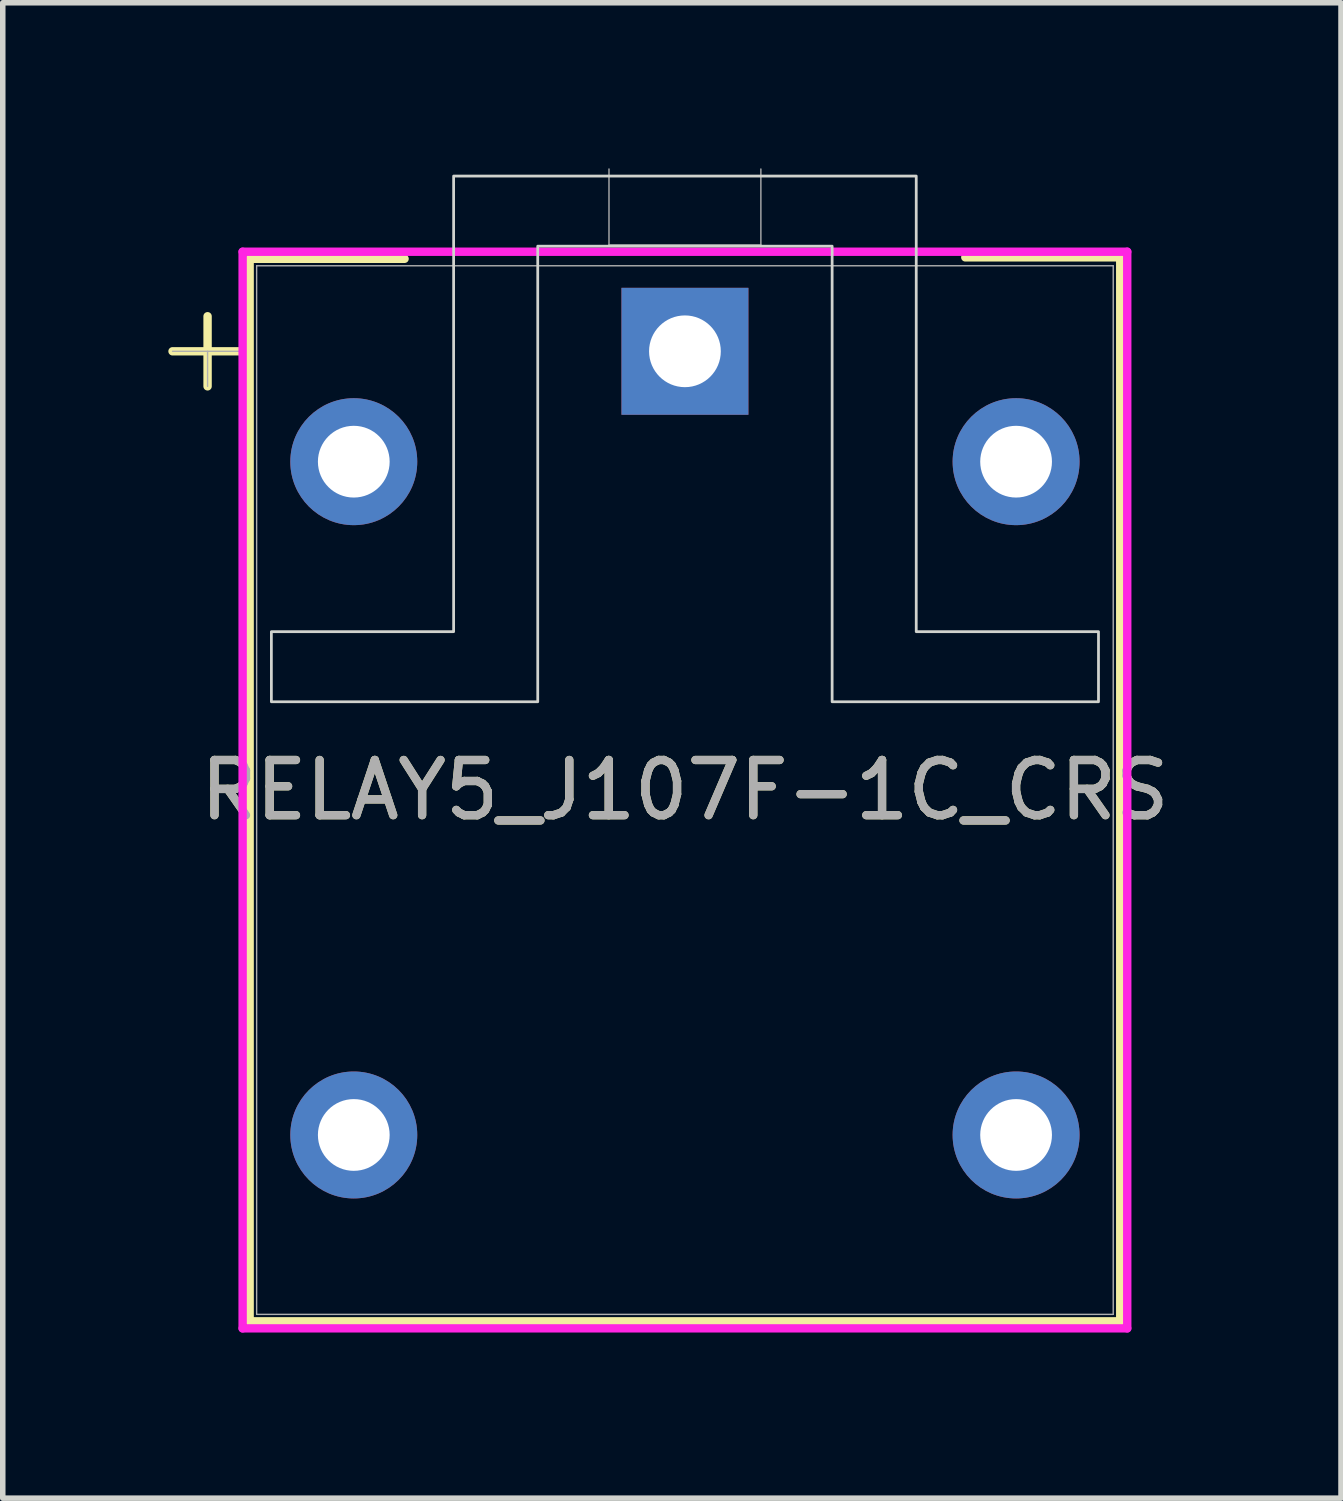
<source format=kicad_pcb>
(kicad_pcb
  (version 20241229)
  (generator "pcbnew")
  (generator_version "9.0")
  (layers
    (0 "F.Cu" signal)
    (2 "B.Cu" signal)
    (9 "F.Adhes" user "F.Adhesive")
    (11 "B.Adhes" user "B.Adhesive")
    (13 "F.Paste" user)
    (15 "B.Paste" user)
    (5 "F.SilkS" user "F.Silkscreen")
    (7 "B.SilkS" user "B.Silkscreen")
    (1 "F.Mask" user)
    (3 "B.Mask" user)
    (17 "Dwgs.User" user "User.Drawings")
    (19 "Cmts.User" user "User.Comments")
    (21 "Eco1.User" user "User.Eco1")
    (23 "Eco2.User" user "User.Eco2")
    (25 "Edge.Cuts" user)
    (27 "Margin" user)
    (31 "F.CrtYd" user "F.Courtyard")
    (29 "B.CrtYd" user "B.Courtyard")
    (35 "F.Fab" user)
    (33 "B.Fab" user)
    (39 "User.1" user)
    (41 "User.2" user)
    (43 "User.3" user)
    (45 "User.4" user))
  (footprint "RELAY5_J107F-1C_CRS"
    (layer "F.Cu")
    (at 9.36 3.315)
    (property "Reference" "RELAY5_J107F-1C_CRS" (at 0 7.95 0) (unlocked yes) (layer "F.SilkS") (effects (font (size 1 1) (thickness 0.15))))
    (attr through_hole)
    (fp_line (start -9.284 0) (end -8.014 0) (stroke (width 0.152) (type solid)) (layer "F.SilkS"))
    (fp_line (start -8.649 -0.635) (end -8.649 0.635) (stroke (width 0.152) (type solid)) (layer "F.SilkS"))
    (fp_line (start -7.887 -1.677) (end -7.887 17.576) (stroke (width 0.152) (type solid)) (layer "F.SilkS"))
    (fp_line (start -7.874 -1.676) (end -5.08 -1.676) (stroke (width 0.152) (type solid)) (layer "F.SilkS"))
    (fp_line (start 5.08 -1.702) (end 7.874 -1.702) (stroke (width 0.152) (type solid)) (layer "F.SilkS"))
    (fp_line (start 7.887 -1.677) (end 7.887 17.576) (stroke (width 0.152) (type solid)) (layer "F.SilkS"))
    (fp_line (start 7.887 17.576) (end -7.887 17.576) (stroke (width 0.152) (type solid)) (layer "F.SilkS"))
    (fp_poly (pts (xy -7.493 6.35) (xy -7.493 5.08) (xy -4.191 5.08) (xy -4.191 -3.175) (xy 4.191 -3.175) (xy 4.191 5.08) (xy 7.493 5.08) (xy 7.493 6.35) (xy 2.667 6.35) (xy 2.667 -1.905) (xy -2.667 -1.905) (xy -2.667 6.35)) (stroke (width 0.05) (type solid)) (fill no) (layer "Edge.Cuts"))
    (fp_line (start -8.014 -1.804) (end -8.014 17.703) (stroke (width 0.152) (type solid)) (layer "F.CrtYd"))
    (fp_line (start -8.014 17.703) (end 8.014 17.703) (stroke (width 0.152) (type solid)) (layer "F.CrtYd"))
    (fp_line (start 8.014 -1.804) (end -8.014 -1.804) (stroke (width 0.152) (type solid)) (layer "F.CrtYd"))
    (fp_line (start 8.014 17.703) (end 8.014 -1.804) (stroke (width 0.152) (type solid)) (layer "F.CrtYd"))
    (fp_line (start -9.284 0) (end -8.014 0) (stroke (width 0.025) (type solid)) (layer "F.Fab"))
    (fp_line (start -8.649 0) (end -8.649 0.635) (stroke (width 0.025) (type solid)) (layer "F.Fab"))
    (fp_line (start -7.76 -1.55) (end -7.76 17.449) (stroke (width 0.025) (type solid)) (layer "F.Fab"))
    (fp_line (start -1.376 -1.927) (end -1.376 -3.303) (stroke (width 0.025) (type solid)) (layer "F.Fab"))
    (fp_line (start 1.376 -3.303) (end 1.376 -1.927) (stroke (width 0.025) (type solid)) (layer "F.Fab"))
    (fp_line (start 1.376 -1.927) (end -1.376 -1.927) (stroke (width 0.025) (type solid)) (layer "F.Fab"))
    (fp_line (start 7.76 -1.55) (end -7.76 -1.55) (stroke (width 0.025) (type solid)) (layer "F.Fab"))
    (fp_line (start 7.76 -1.55) (end 7.76 17.449) (stroke (width 0.025) (type solid)) (layer "F.Fab"))
    (fp_line (start 7.76 17.449) (end -7.76 17.449) (stroke (width 0.025) (type solid)) (layer "F.Fab"))
    (fp_text user "${REFERENCE}" (at 0 7.95 0) (unlocked yes) (layer "F.Fab") (effects (font (size 1 1) (thickness 0.15))))
    (pad "1" thru_hole rect (at 0 0) (size 2.3 2.3) (drill 1.3) (layers "*.Cu" "*.Mask"))
    (pad "2" thru_hole circle (at -6 2) (size 2.3 2.3) (drill 1.3) (layers "*.Cu" "*.Mask"))
    (pad "3" thru_hole circle (at -6 14.199) (size 2.3 2.3) (drill 1.3) (layers "*.Cu" "*.Mask"))
    (pad "4" thru_hole circle (at 6 14.199) (size 2.3 2.3) (drill 1.3) (layers "*.Cu" "*.Mask"))
    (pad "5" thru_hole circle (at 6 2) (size 2.3 2.3) (drill 1.3) (layers "*.Cu" "*.Mask")))
  (gr_rect
    (start -3 -3)
    (end 21.247 24.095)
    (stroke (width 0.1) (type default))
    (fill no)
    (layer "Edge.Cuts")))
</source>
